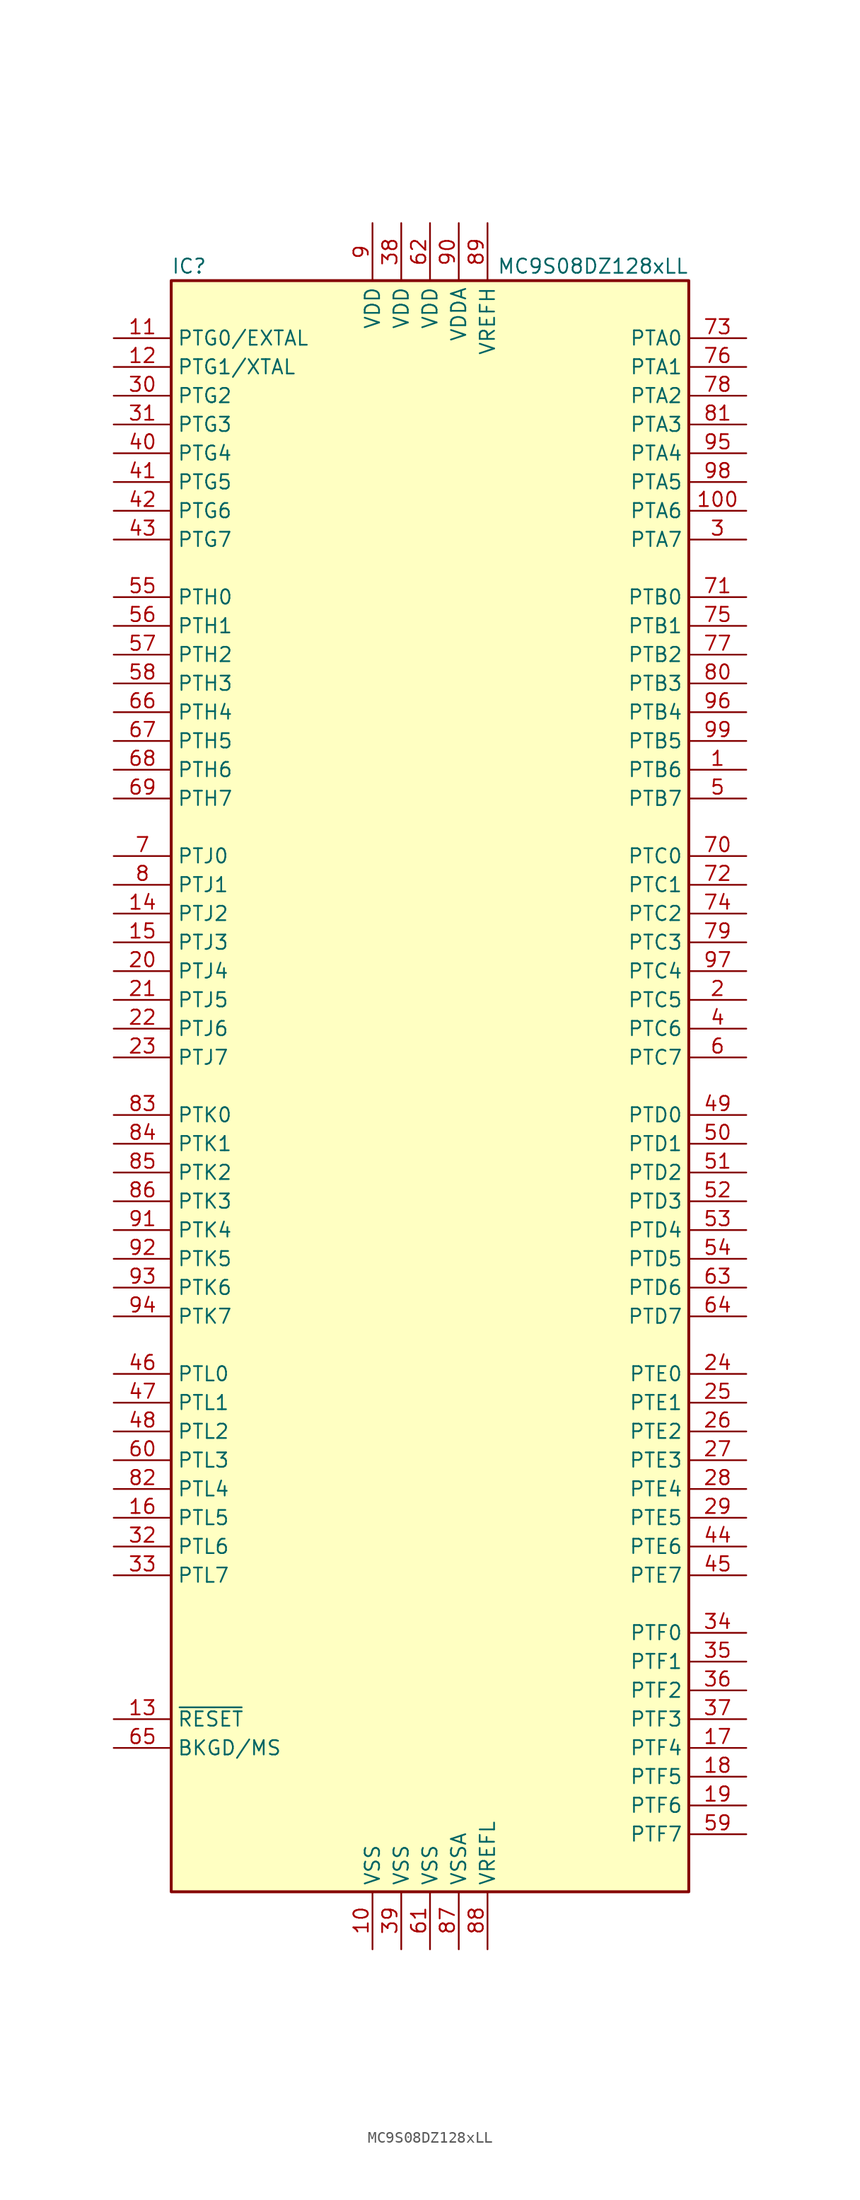
<source format=kicad_sym>
(kicad_symbol_lib
  (version 20211014)
  (generator kicad_symbol_editor)
  (symbol "MC9S08DZ128xLL"
    (property "Reference" "IC"
      (at -22.86 72.39 0)
      (effects (font (size 1.27 1.27)) (justify left)))
    (property "Value" "MC9S08DZ128xLL"
      (at 22.86 72.39 0)
      (effects (font (size 1.27 1.27)) (justify right)))
    (symbol "MC9S08DZ128xLL_0_1"
      (rectangle (start -22.86 71.12) (end 22.86 -71.12) (stroke (width 0.254) (type default) (color 0 0 0 0)) (fill (type background))))
    (symbol "MC9S08DZ128xLL_1_1"
      (pin bidirectional line (at 27.94 27.94 180) (length 5.08) (name "PTB6" (effects (font (size 1.27 1.27)))) (number "1" (effects (font (size 1.27 1.27)))))
      (pin power_in line (at -5.08 -76.2 90) (length 5.08) (name "VSS" (effects (font (size 1.27 1.27)))) (number "10" (effects (font (size 1.27 1.27)))))
      (pin bidirectional line (at 27.94 50.8 180) (length 5.08) (name "PTA6" (effects (font (size 1.27 1.27)))) (number "100" (effects (font (size 1.27 1.27)))))
      (pin bidirectional line (at -27.94 66.04 0) (length 5.08) (name "PTG0/EXTAL" (effects (font (size 1.27 1.27)))) (number "11" (effects (font (size 1.27 1.27)))))
      (pin bidirectional line (at -27.94 63.5 0) (length 5.08) (name "PTG1/XTAL" (effects (font (size 1.27 1.27)))) (number "12" (effects (font (size 1.27 1.27)))))
      (pin input line (at -27.94 -55.88 0) (length 5.08) (name "~{RESET}" (effects (font (size 1.27 1.27)))) (number "13" (effects (font (size 1.27 1.27)))))
      (pin bidirectional line (at -27.94 15.24 0) (length 5.08) (name "PTJ2" (effects (font (size 1.27 1.27)))) (number "14" (effects (font (size 1.27 1.27)))))
      (pin bidirectional line (at -27.94 12.7 0) (length 5.08) (name "PTJ3" (effects (font (size 1.27 1.27)))) (number "15" (effects (font (size 1.27 1.27)))))
      (pin bidirectional line (at -27.94 -38.1 0) (length 5.08) (name "PTL5" (effects (font (size 1.27 1.27)))) (number "16" (effects (font (size 1.27 1.27)))))
      (pin bidirectional line (at 27.94 -58.42 180) (length 5.08) (name "PTF4" (effects (font (size 1.27 1.27)))) (number "17" (effects (font (size 1.27 1.27)))))
      (pin bidirectional line (at 27.94 -60.96 180) (length 5.08) (name "PTF5" (effects (font (size 1.27 1.27)))) (number "18" (effects (font (size 1.27 1.27)))))
      (pin bidirectional line (at 27.94 -63.5 180) (length 5.08) (name "PTF6" (effects (font (size 1.27 1.27)))) (number "19" (effects (font (size 1.27 1.27)))))
      (pin bidirectional line (at 27.94 7.62 180) (length 5.08) (name "PTC5" (effects (font (size 1.27 1.27)))) (number "2" (effects (font (size 1.27 1.27)))))
      (pin bidirectional line (at -27.94 10.16 0) (length 5.08) (name "PTJ4" (effects (font (size 1.27 1.27)))) (number "20" (effects (font (size 1.27 1.27)))))
      (pin bidirectional line (at -27.94 7.62 0) (length 5.08) (name "PTJ5" (effects (font (size 1.27 1.27)))) (number "21" (effects (font (size 1.27 1.27)))))
      (pin bidirectional line (at -27.94 5.08 0) (length 5.08) (name "PTJ6" (effects (font (size 1.27 1.27)))) (number "22" (effects (font (size 1.27 1.27)))))
      (pin bidirectional line (at -27.94 2.54 0) (length 5.08) (name "PTJ7" (effects (font (size 1.27 1.27)))) (number "23" (effects (font (size 1.27 1.27)))))
      (pin bidirectional line (at 27.94 -25.4 180) (length 5.08) (name "PTE0" (effects (font (size 1.27 1.27)))) (number "24" (effects (font (size 1.27 1.27)))))
      (pin bidirectional line (at 27.94 -27.94 180) (length 5.08) (name "PTE1" (effects (font (size 1.27 1.27)))) (number "25" (effects (font (size 1.27 1.27)))))
      (pin bidirectional line (at 27.94 -30.48 180) (length 5.08) (name "PTE2" (effects (font (size 1.27 1.27)))) (number "26" (effects (font (size 1.27 1.27)))))
      (pin bidirectional line (at 27.94 -33.02 180) (length 5.08) (name "PTE3" (effects (font (size 1.27 1.27)))) (number "27" (effects (font (size 1.27 1.27)))))
      (pin bidirectional line (at 27.94 -35.56 180) (length 5.08) (name "PTE4" (effects (font (size 1.27 1.27)))) (number "28" (effects (font (size 1.27 1.27)))))
      (pin bidirectional line (at 27.94 -38.1 180) (length 5.08) (name "PTE5" (effects (font (size 1.27 1.27)))) (number "29" (effects (font (size 1.27 1.27)))))
      (pin bidirectional line (at 27.94 48.26 180) (length 5.08) (name "PTA7" (effects (font (size 1.27 1.27)))) (number "3" (effects (font (size 1.27 1.27)))))
      (pin bidirectional line (at -27.94 60.96 0) (length 5.08) (name "PTG2" (effects (font (size 1.27 1.27)))) (number "30" (effects (font (size 1.27 1.27)))))
      (pin bidirectional line (at -27.94 58.42 0) (length 5.08) (name "PTG3" (effects (font (size 1.27 1.27)))) (number "31" (effects (font (size 1.27 1.27)))))
      (pin bidirectional line (at -27.94 -40.64 0) (length 5.08) (name "PTL6" (effects (font (size 1.27 1.27)))) (number "32" (effects (font (size 1.27 1.27)))))
      (pin bidirectional line (at -27.94 -43.18 0) (length 5.08) (name "PTL7" (effects (font (size 1.27 1.27)))) (number "33" (effects (font (size 1.27 1.27)))))
      (pin bidirectional line (at 27.94 -48.26 180) (length 5.08) (name "PTF0" (effects (font (size 1.27 1.27)))) (number "34" (effects (font (size 1.27 1.27)))))
      (pin bidirectional line (at 27.94 -50.8 180) (length 5.08) (name "PTF1" (effects (font (size 1.27 1.27)))) (number "35" (effects (font (size 1.27 1.27)))))
      (pin bidirectional line (at 27.94 -53.34 180) (length 5.08) (name "PTF2" (effects (font (size 1.27 1.27)))) (number "36" (effects (font (size 1.27 1.27)))))
      (pin bidirectional line (at 27.94 -55.88 180) (length 5.08) (name "PTF3" (effects (font (size 1.27 1.27)))) (number "37" (effects (font (size 1.27 1.27)))))
      (pin power_in line (at -2.54 76.2 270) (length 5.08) (name "VDD" (effects (font (size 1.27 1.27)))) (number "38" (effects (font (size 1.27 1.27)))))
      (pin power_in line (at -2.54 -76.2 90) (length 5.08) (name "VSS" (effects (font (size 1.27 1.27)))) (number "39" (effects (font (size 1.27 1.27)))))
      (pin bidirectional line (at 27.94 5.08 180) (length 5.08) (name "PTC6" (effects (font (size 1.27 1.27)))) (number "4" (effects (font (size 1.27 1.27)))))
      (pin bidirectional line (at -27.94 55.88 0) (length 5.08) (name "PTG4" (effects (font (size 1.27 1.27)))) (number "40" (effects (font (size 1.27 1.27)))))
      (pin bidirectional line (at -27.94 53.34 0) (length 5.08) (name "PTG5" (effects (font (size 1.27 1.27)))) (number "41" (effects (font (size 1.27 1.27)))))
      (pin bidirectional line (at -27.94 50.8 0) (length 5.08) (name "PTG6" (effects (font (size 1.27 1.27)))) (number "42" (effects (font (size 1.27 1.27)))))
      (pin bidirectional line (at -27.94 48.26 0) (length 5.08) (name "PTG7" (effects (font (size 1.27 1.27)))) (number "43" (effects (font (size 1.27 1.27)))))
      (pin bidirectional line (at 27.94 -40.64 180) (length 5.08) (name "PTE6" (effects (font (size 1.27 1.27)))) (number "44" (effects (font (size 1.27 1.27)))))
      (pin bidirectional line (at 27.94 -43.18 180) (length 5.08) (name "PTE7" (effects (font (size 1.27 1.27)))) (number "45" (effects (font (size 1.27 1.27)))))
      (pin bidirectional line (at -27.94 -25.4 0) (length 5.08) (name "PTL0" (effects (font (size 1.27 1.27)))) (number "46" (effects (font (size 1.27 1.27)))))
      (pin bidirectional line (at -27.94 -27.94 0) (length 5.08) (name "PTL1" (effects (font (size 1.27 1.27)))) (number "47" (effects (font (size 1.27 1.27)))))
      (pin bidirectional line (at -27.94 -30.48 0) (length 5.08) (name "PTL2" (effects (font (size 1.27 1.27)))) (number "48" (effects (font (size 1.27 1.27)))))
      (pin bidirectional line (at 27.94 -2.54 180) (length 5.08) (name "PTD0" (effects (font (size 1.27 1.27)))) (number "49" (effects (font (size 1.27 1.27)))))
      (pin bidirectional line (at 27.94 25.4 180) (length 5.08) (name "PTB7" (effects (font (size 1.27 1.27)))) (number "5" (effects (font (size 1.27 1.27)))))
      (pin bidirectional line (at 27.94 -5.08 180) (length 5.08) (name "PTD1" (effects (font (size 1.27 1.27)))) (number "50" (effects (font (size 1.27 1.27)))))
      (pin bidirectional line (at 27.94 -7.62 180) (length 5.08) (name "PTD2" (effects (font (size 1.27 1.27)))) (number "51" (effects (font (size 1.27 1.27)))))
      (pin bidirectional line (at 27.94 -10.16 180) (length 5.08) (name "PTD3" (effects (font (size 1.27 1.27)))) (number "52" (effects (font (size 1.27 1.27)))))
      (pin bidirectional line (at 27.94 -12.7 180) (length 5.08) (name "PTD4" (effects (font (size 1.27 1.27)))) (number "53" (effects (font (size 1.27 1.27)))))
      (pin bidirectional line (at 27.94 -15.24 180) (length 5.08) (name "PTD5" (effects (font (size 1.27 1.27)))) (number "54" (effects (font (size 1.27 1.27)))))
      (pin bidirectional line (at -27.94 43.18 0) (length 5.08) (name "PTH0" (effects (font (size 1.27 1.27)))) (number "55" (effects (font (size 1.27 1.27)))))
      (pin bidirectional line (at -27.94 40.64 0) (length 5.08) (name "PTH1" (effects (font (size 1.27 1.27)))) (number "56" (effects (font (size 1.27 1.27)))))
      (pin bidirectional line (at -27.94 38.1 0) (length 5.08) (name "PTH2" (effects (font (size 1.27 1.27)))) (number "57" (effects (font (size 1.27 1.27)))))
      (pin bidirectional line (at -27.94 35.56 0) (length 5.08) (name "PTH3" (effects (font (size 1.27 1.27)))) (number "58" (effects (font (size 1.27 1.27)))))
      (pin bidirectional line (at 27.94 -66.04 180) (length 5.08) (name "PTF7" (effects (font (size 1.27 1.27)))) (number "59" (effects (font (size 1.27 1.27)))))
      (pin bidirectional line (at 27.94 2.54 180) (length 5.08) (name "PTC7" (effects (font (size 1.27 1.27)))) (number "6" (effects (font (size 1.27 1.27)))))
      (pin bidirectional line (at -27.94 -33.02 0) (length 5.08) (name "PTL3" (effects (font (size 1.27 1.27)))) (number "60" (effects (font (size 1.27 1.27)))))
      (pin power_in line (at 0 -76.2 90) (length 5.08) (name "VSS" (effects (font (size 1.27 1.27)))) (number "61" (effects (font (size 1.27 1.27)))))
      (pin power_in line (at 0 76.2 270) (length 5.08) (name "VDD" (effects (font (size 1.27 1.27)))) (number "62" (effects (font (size 1.27 1.27)))))
      (pin bidirectional line (at 27.94 -17.78 180) (length 5.08) (name "PTD6" (effects (font (size 1.27 1.27)))) (number "63" (effects (font (size 1.27 1.27)))))
      (pin bidirectional line (at 27.94 -20.32 180) (length 5.08) (name "PTD7" (effects (font (size 1.27 1.27)))) (number "64" (effects (font (size 1.27 1.27)))))
      (pin bidirectional line (at -27.94 -58.42 0) (length 5.08) (name "BKGD/MS" (effects (font (size 1.27 1.27)))) (number "65" (effects (font (size 1.27 1.27)))))
      (pin bidirectional line (at -27.94 33.02 0) (length 5.08) (name "PTH4" (effects (font (size 1.27 1.27)))) (number "66" (effects (font (size 1.27 1.27)))))
      (pin bidirectional line (at -27.94 30.48 0) (length 5.08) (name "PTH5" (effects (font (size 1.27 1.27)))) (number "67" (effects (font (size 1.27 1.27)))))
      (pin bidirectional line (at -27.94 27.94 0) (length 5.08) (name "PTH6" (effects (font (size 1.27 1.27)))) (number "68" (effects (font (size 1.27 1.27)))))
      (pin bidirectional line (at -27.94 25.4 0) (length 5.08) (name "PTH7" (effects (font (size 1.27 1.27)))) (number "69" (effects (font (size 1.27 1.27)))))
      (pin bidirectional line (at -27.94 20.32 0) (length 5.08) (name "PTJ0" (effects (font (size 1.27 1.27)))) (number "7" (effects (font (size 1.27 1.27)))))
      (pin bidirectional line (at 27.94 20.32 180) (length 5.08) (name "PTC0" (effects (font (size 1.27 1.27)))) (number "70" (effects (font (size 1.27 1.27)))))
      (pin bidirectional line (at 27.94 43.18 180) (length 5.08) (name "PTB0" (effects (font (size 1.27 1.27)))) (number "71" (effects (font (size 1.27 1.27)))))
      (pin bidirectional line (at 27.94 17.78 180) (length 5.08) (name "PTC1" (effects (font (size 1.27 1.27)))) (number "72" (effects (font (size 1.27 1.27)))))
      (pin bidirectional line (at 27.94 66.04 180) (length 5.08) (name "PTA0" (effects (font (size 1.27 1.27)))) (number "73" (effects (font (size 1.27 1.27)))))
      (pin bidirectional line (at 27.94 15.24 180) (length 5.08) (name "PTC2" (effects (font (size 1.27 1.27)))) (number "74" (effects (font (size 1.27 1.27)))))
      (pin bidirectional line (at 27.94 40.64 180) (length 5.08) (name "PTB1" (effects (font (size 1.27 1.27)))) (number "75" (effects (font (size 1.27 1.27)))))
      (pin bidirectional line (at 27.94 63.5 180) (length 5.08) (name "PTA1" (effects (font (size 1.27 1.27)))) (number "76" (effects (font (size 1.27 1.27)))))
      (pin bidirectional line (at 27.94 38.1 180) (length 5.08) (name "PTB2" (effects (font (size 1.27 1.27)))) (number "77" (effects (font (size 1.27 1.27)))))
      (pin bidirectional line (at 27.94 60.96 180) (length 5.08) (name "PTA2" (effects (font (size 1.27 1.27)))) (number "78" (effects (font (size 1.27 1.27)))))
      (pin bidirectional line (at 27.94 12.7 180) (length 5.08) (name "PTC3" (effects (font (size 1.27 1.27)))) (number "79" (effects (font (size 1.27 1.27)))))
      (pin bidirectional line (at -27.94 17.78 0) (length 5.08) (name "PTJ1" (effects (font (size 1.27 1.27)))) (number "8" (effects (font (size 1.27 1.27)))))
      (pin bidirectional line (at 27.94 35.56 180) (length 5.08) (name "PTB3" (effects (font (size 1.27 1.27)))) (number "80" (effects (font (size 1.27 1.27)))))
      (pin bidirectional line (at 27.94 58.42 180) (length 5.08) (name "PTA3" (effects (font (size 1.27 1.27)))) (number "81" (effects (font (size 1.27 1.27)))))
      (pin bidirectional line (at -27.94 -35.56 0) (length 5.08) (name "PTL4" (effects (font (size 1.27 1.27)))) (number "82" (effects (font (size 1.27 1.27)))))
      (pin bidirectional line (at -27.94 -2.54 0) (length 5.08) (name "PTK0" (effects (font (size 1.27 1.27)))) (number "83" (effects (font (size 1.27 1.27)))))
      (pin bidirectional line (at -27.94 -5.08 0) (length 5.08) (name "PTK1" (effects (font (size 1.27 1.27)))) (number "84" (effects (font (size 1.27 1.27)))))
      (pin bidirectional line (at -27.94 -7.62 0) (length 5.08) (name "PTK2" (effects (font (size 1.27 1.27)))) (number "85" (effects (font (size 1.27 1.27)))))
      (pin bidirectional line (at -27.94 -10.16 0) (length 5.08) (name "PTK3" (effects (font (size 1.27 1.27)))) (number "86" (effects (font (size 1.27 1.27)))))
      (pin power_in line (at 2.54 -76.2 90) (length 5.08) (name "VSSA" (effects (font (size 1.27 1.27)))) (number "87" (effects (font (size 1.27 1.27)))))
      (pin power_in line (at 5.08 -76.2 90) (length 5.08) (name "VREFL" (effects (font (size 1.27 1.27)))) (number "88" (effects (font (size 1.27 1.27)))))
      (pin power_in line (at 5.08 76.2 270) (length 5.08) (name "VREFH" (effects (font (size 1.27 1.27)))) (number "89" (effects (font (size 1.27 1.27)))))
      (pin power_in line (at -5.08 76.2 270) (length 5.08) (name "VDD" (effects (font (size 1.27 1.27)))) (number "9" (effects (font (size 1.27 1.27)))))
      (pin power_in line (at 2.54 76.2 270) (length 5.08) (name "VDDA" (effects (font (size 1.27 1.27)))) (number "90" (effects (font (size 1.27 1.27)))))
      (pin bidirectional line (at -27.94 -12.7 0) (length 5.08) (name "PTK4" (effects (font (size 1.27 1.27)))) (number "91" (effects (font (size 1.27 1.27)))))
      (pin bidirectional line (at -27.94 -15.24 0) (length 5.08) (name "PTK5" (effects (font (size 1.27 1.27)))) (number "92" (effects (font (size 1.27 1.27)))))
      (pin bidirectional line (at -27.94 -17.78 0) (length 5.08) (name "PTK6" (effects (font (size 1.27 1.27)))) (number "93" (effects (font (size 1.27 1.27)))))
      (pin bidirectional line (at -27.94 -20.32 0) (length 5.08) (name "PTK7" (effects (font (size 1.27 1.27)))) (number "94" (effects (font (size 1.27 1.27)))))
      (pin bidirectional line (at 27.94 55.88 180) (length 5.08) (name "PTA4" (effects (font (size 1.27 1.27)))) (number "95" (effects (font (size 1.27 1.27)))))
      (pin bidirectional line (at 27.94 33.02 180) (length 5.08) (name "PTB4" (effects (font (size 1.27 1.27)))) (number "96" (effects (font (size 1.27 1.27)))))
      (pin bidirectional line (at 27.94 10.16 180) (length 5.08) (name "PTC4" (effects (font (size 1.27 1.27)))) (number "97" (effects (font (size 1.27 1.27)))))
      (pin bidirectional line (at 27.94 53.34 180) (length 5.08) (name "PTA5" (effects (font (size 1.27 1.27)))) (number "98" (effects (font (size 1.27 1.27)))))
      (pin bidirectional line (at 27.94 30.48 180) (length 5.08) (name "PTB5" (effects (font (size 1.27 1.27)))) (number "99" (effects (font (size 1.27 1.27))))))))
</source>
